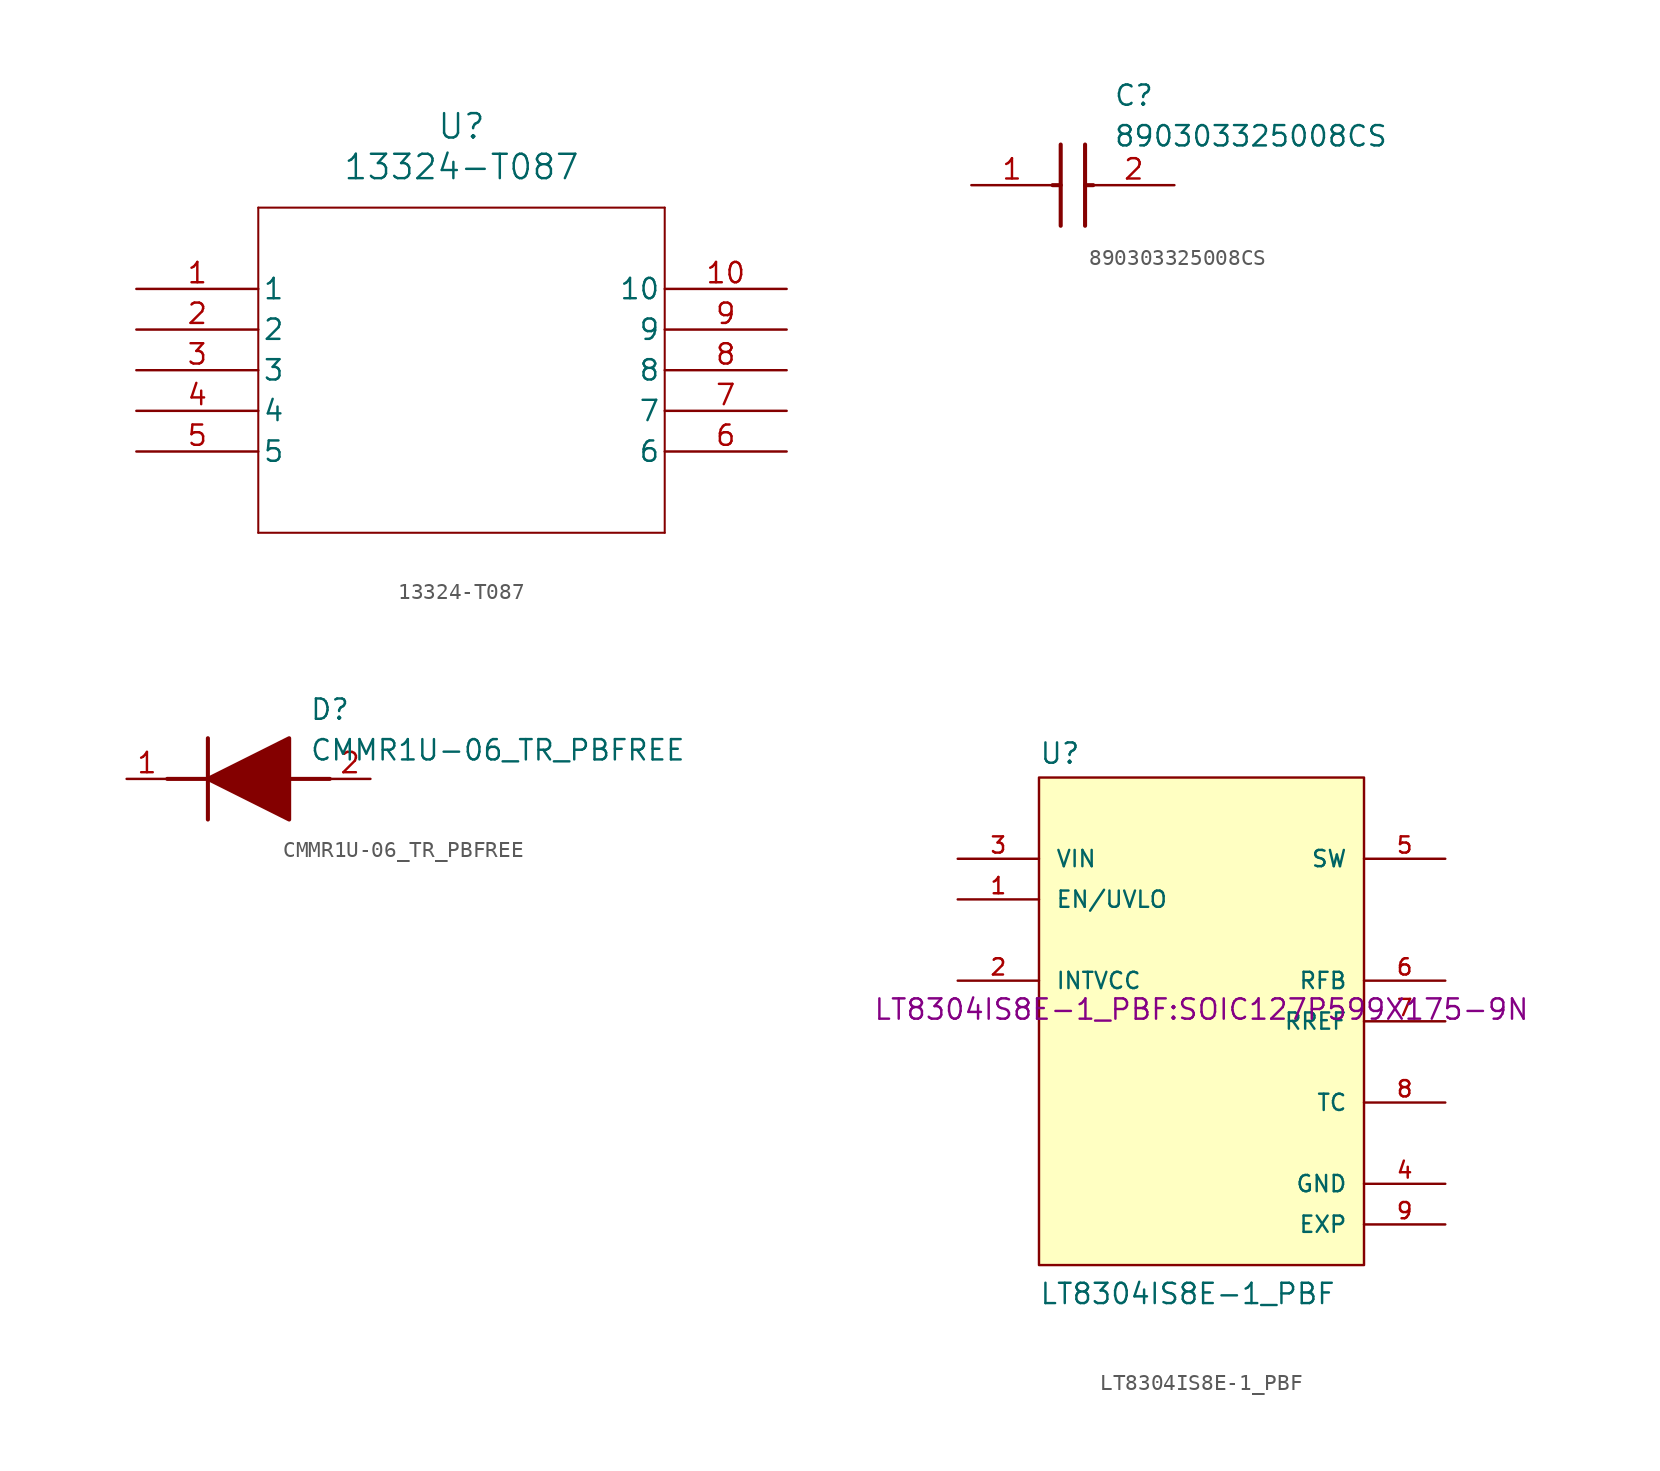
<source format=kicad_sym>
(kicad_symbol_lib
  (version 20231120)
  (generator "kicad_symbol_editor")
  (generator_version "8.0")
  (symbol "13324-T087"
    (pin_names
      (offset 0.254))
    (property "Reference" "U"
      (at 20.32 10.16 0)
      (effects (font (size 1.524 1.524))))
    (property "Value" "13324-T087"
      (at 20.32 7.62 0)
      (effects (font (size 1.524 1.524))))
    (property "ki_locked" ""
      (at 0 0 0)
      (effects (font (size 1.27 1.27))))
    (symbol "13324-T087_0_1"
      (polyline (pts (xy 7.62 -15.24) (xy 33.02 -15.24)) (stroke (width 0.127) (type default)) (fill (type none)))
      (polyline (pts (xy 7.62 5.08) (xy 7.62 -15.24)) (stroke (width 0.127) (type default)) (fill (type none)))
      (polyline (pts (xy 33.02 -15.24) (xy 33.02 5.08)) (stroke (width 0.127) (type default)) (fill (type none)))
      (polyline (pts (xy 33.02 5.08) (xy 7.62 5.08)) (stroke (width 0.127) (type default)) (fill (type none)))
      (pin unspecified line (at 0 0 0) (length 7.62) (name "1" (effects (font (size 1.27 1.27)))) (number "1" (effects (font (size 1.27 1.27)))))
      (pin unspecified line (at 40.64 0 180) (length 7.62) (name "10" (effects (font (size 1.27 1.27)))) (number "10" (effects (font (size 1.27 1.27)))))
      (pin unspecified line (at 0 -2.54 0) (length 7.62) (name "2" (effects (font (size 1.27 1.27)))) (number "2" (effects (font (size 1.27 1.27)))))
      (pin unspecified line (at 0 -5.08 0) (length 7.62) (name "3" (effects (font (size 1.27 1.27)))) (number "3" (effects (font (size 1.27 1.27)))))
      (pin unspecified line (at 0 -7.62 0) (length 7.62) (name "4" (effects (font (size 1.27 1.27)))) (number "4" (effects (font (size 1.27 1.27)))))
      (pin unspecified line (at 0 -10.16 0) (length 7.62) (name "5" (effects (font (size 1.27 1.27)))) (number "5" (effects (font (size 1.27 1.27)))))
      (pin unspecified line (at 40.64 -10.16 180) (length 7.62) (name "6" (effects (font (size 1.27 1.27)))) (number "6" (effects (font (size 1.27 1.27)))))
      (pin unspecified line (at 40.64 -7.62 180) (length 7.62) (name "7" (effects (font (size 1.27 1.27)))) (number "7" (effects (font (size 1.27 1.27)))))
      (pin unspecified line (at 40.64 -5.08 180) (length 7.62) (name "8" (effects (font (size 1.27 1.27)))) (number "8" (effects (font (size 1.27 1.27)))))
      (pin unspecified line (at 40.64 -2.54 180) (length 7.62) (name "9" (effects (font (size 1.27 1.27)))) (number "9" (effects (font (size 1.27 1.27)))))))
  (symbol "890303325008CS"
    (pin_names hide)
    (property "Reference" "C"
      (at 8.89 6.35 0)
      (effects (font (size 1.27 1.27)) (justify left top)))
    (property "Value" "890303325008CS"
      (at 8.89 3.81 0)
      (effects (font (size 1.27 1.27)) (justify left top)))
    (symbol "890303325008CS_1_1"
      (polyline (pts (xy 5.08 0) (xy 5.588 0)) (stroke (width 0.254) (type default)) (fill (type none)))
      (polyline (pts (xy 5.588 2.54) (xy 5.588 -2.54)) (stroke (width 0.254) (type default)) (fill (type none)))
      (polyline (pts (xy 7.112 0) (xy 7.62 0)) (stroke (width 0.254) (type default)) (fill (type none)))
      (polyline (pts (xy 7.112 2.54) (xy 7.112 -2.54)) (stroke (width 0.254) (type default)) (fill (type none)))
      (pin passive line (at 0 0 0) (length 5.08) (name "1" (effects (font (size 1.27 1.27)))) (number "1" (effects (font (size 1.27 1.27)))))
      (pin passive line (at 12.7 0 180) (length 5.08) (name "2" (effects (font (size 1.27 1.27)))) (number "2" (effects (font (size 1.27 1.27)))))))
  (symbol "CMMR1U-06_TR_PBFREE"
    (pin_names hide)
    (property "Reference" "D"
      (at 11.43 5.08 0)
      (effects (font (size 1.27 1.27)) (justify left top)))
    (property "Value" "CMMR1U-06_TR_PBFREE"
      (at 11.43 2.54 0)
      (effects (font (size 1.27 1.27)) (justify left top)))
    (symbol "CMMR1U-06_TR_PBFREE_1_1"
      (polyline (pts (xy 2.54 0) (xy 5.08 0)) (stroke (width 0.254) (type default)) (fill (type none)))
      (polyline (pts (xy 5.08 2.54) (xy 5.08 -2.54)) (stroke (width 0.254) (type default)) (fill (type none)))
      (polyline (pts (xy 10.16 0) (xy 12.7 0)) (stroke (width 0.254) (type default)) (fill (type none)))
      (polyline (pts (xy 5.08 0) (xy 10.16 2.54) (xy 10.16 -2.54) (xy 5.08 0)) (stroke (width 0.254) (type default)) (fill (type outline)))
      (pin passive line (at 0 0 0) (length 2.54) (name "K" (effects (font (size 1.27 1.27)))) (number "1" (effects (font (size 1.27 1.27)))))
      (pin passive line (at 15.24 0 180) (length 2.54) (name "A" (effects (font (size 1.27 1.27)))) (number "2" (effects (font (size 1.27 1.27)))))))
  (symbol "LT8304IS8E-1_PBF"
    (pin_names
      (offset 1.016))
    (property "Reference" "U"
      (at -10.16 16.002 0)
      (effects (font (size 1.27 1.27)) (justify left bottom)))
    (property "Value" "LT8304IS8E-1_PBF"
      (at -10.16 -17.78 0)
      (effects (font (size 1.27 1.27)) (justify left bottom)))
    (property "Footprint" "LT8304IS8E-1_PBF:SOIC127P599X175-9N"
      (at 0 0 0)
      (effects (font (size 1.27 1.27)) (justify bottom)))
    (symbol "LT8304IS8E-1_PBF_0_0"
      (rectangle (start -10.16 -15.24) (end 10.16 15.24) (stroke (width 0.152) (type default)) (fill (type background)))
      (pin input line (at -15.24 7.62 0) (length 5.08) (name "EN/UVLO" (effects (font (size 1.016 1.016)))) (number "1" (effects (font (size 1.016 1.016)))))
      (pin output line (at -15.24 2.54 0) (length 5.08) (name "INTVCC" (effects (font (size 1.016 1.016)))) (number "2" (effects (font (size 1.016 1.016)))))
      (pin input line (at -15.24 10.16 0) (length 5.08) (name "VIN" (effects (font (size 1.016 1.016)))) (number "3" (effects (font (size 1.016 1.016)))))
      (pin power_in line (at 15.24 -10.16 180) (length 5.08) (name "GND" (effects (font (size 1.016 1.016)))) (number "4" (effects (font (size 1.016 1.016)))))
      (pin input line (at 15.24 10.16 180) (length 5.08) (name "SW" (effects (font (size 1.016 1.016)))) (number "5" (effects (font (size 1.016 1.016)))))
      (pin input line (at 15.24 2.54 180) (length 5.08) (name "RFB" (effects (font (size 1.016 1.016)))) (number "6" (effects (font (size 1.016 1.016)))))
      (pin input line (at 15.24 0 180) (length 5.08) (name "RREF" (effects (font (size 1.016 1.016)))) (number "7" (effects (font (size 1.016 1.016)))))
      (pin passive line (at 15.24 -5.08 180) (length 5.08) (name "TC" (effects (font (size 1.016 1.016)))) (number "8" (effects (font (size 1.016 1.016)))))
      (pin power_in line (at 15.24 -12.7 180) (length 5.08) (name "EXP" (effects (font (size 1.016 1.016)))) (number "9" (effects (font (size 1.016 1.016))))))))
</source>
